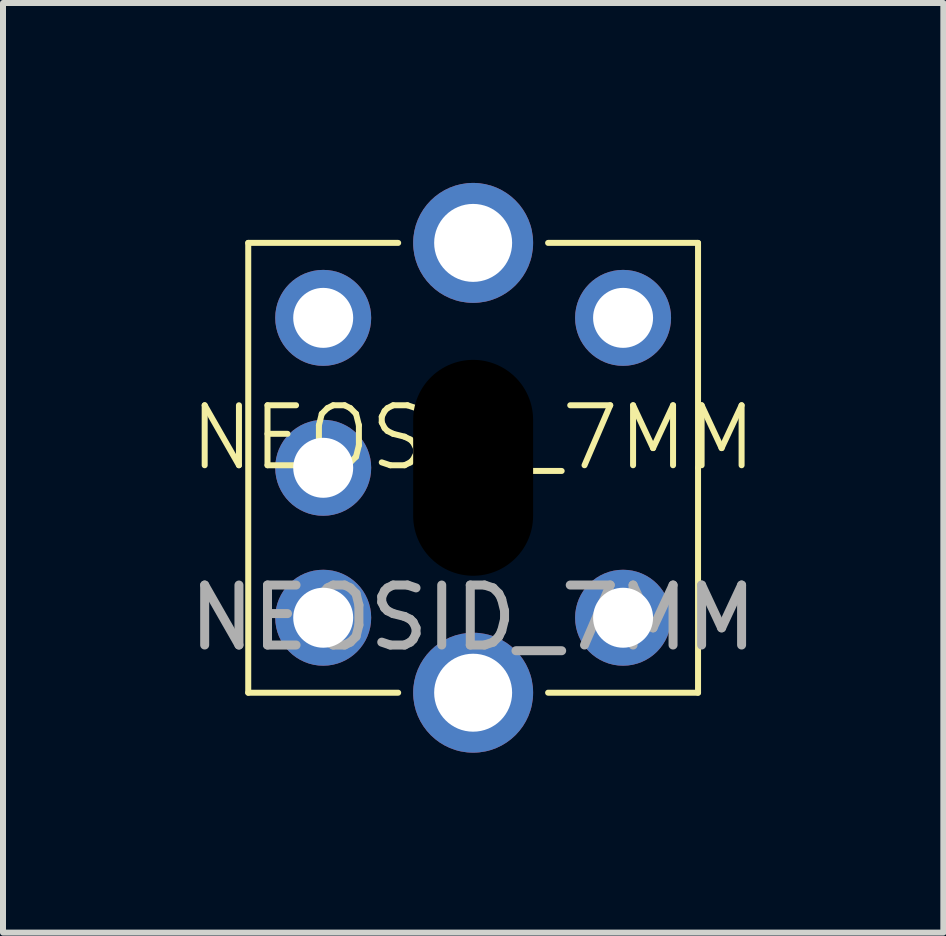
<source format=kicad_pcb>
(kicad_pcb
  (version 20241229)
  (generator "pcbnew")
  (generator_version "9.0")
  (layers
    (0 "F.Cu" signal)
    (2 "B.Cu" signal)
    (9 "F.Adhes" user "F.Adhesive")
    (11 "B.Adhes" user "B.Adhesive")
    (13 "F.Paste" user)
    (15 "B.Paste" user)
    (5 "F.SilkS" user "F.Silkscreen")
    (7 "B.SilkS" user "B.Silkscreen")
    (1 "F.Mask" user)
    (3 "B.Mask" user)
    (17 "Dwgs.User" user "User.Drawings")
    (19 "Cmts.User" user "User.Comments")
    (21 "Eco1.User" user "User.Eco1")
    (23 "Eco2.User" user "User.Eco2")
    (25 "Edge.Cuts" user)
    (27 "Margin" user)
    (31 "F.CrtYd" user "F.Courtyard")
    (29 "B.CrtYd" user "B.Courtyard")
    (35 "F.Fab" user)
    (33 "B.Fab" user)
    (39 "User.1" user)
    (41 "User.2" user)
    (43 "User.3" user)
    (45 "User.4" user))
  (footprint "NEOSID_7MM"
    (layer "F.Cu")
    (at 4.839 4.75)
    (property "Reference" "NEOSID_7MM" (at 0 -0.5 0) (unlocked yes) (layer "F.SilkS") (effects (font (size 1 1) (thickness 0.1))))
    (attr through_hole)
    (fp_line (start -3.75 -3.75) (end -3.75 3.75) (stroke (width 0.1) (type default)) (layer "F.SilkS"))
    (fp_line (start -3.75 3.75) (end -1.25 3.75) (stroke (width 0.1) (type default)) (layer "F.SilkS"))
    (fp_line (start -1.25 -3.75) (end -3.75 -3.75) (stroke (width 0.1) (type default)) (layer "F.SilkS"))
    (fp_line (start 1.25 3.75) (end 3.75 3.75) (stroke (width 0.1) (type default)) (layer "F.SilkS"))
    (fp_line (start 3.75 -3.75) (end 1.25 -3.75) (stroke (width 0.1) (type default)) (layer "F.SilkS"))
    (fp_line (start 3.75 0) (end 3.75 -3.75) (stroke (width 0.1) (type default)) (layer "F.SilkS"))
    (fp_line (start 3.75 3.75) (end 3.75 0) (stroke (width 0.1) (type default)) (layer "F.SilkS"))
    (fp_text user "${REFERENCE}" (at 0 2.5 0) (unlocked yes) (layer "F.Fab") (effects (font (size 1 1) (thickness 0.15))))
    (pad "" np_thru_hole oval (at 0 0) (size 2 3.6) (drill oval 2 3.6) (layers "*.Mask"))
    (pad "1" thru_hole circle (at 2.5 -2.5) (size 1.6 1.6) (drill 1) (layers "*.Cu" "*.Mask"))
    (pad "2" thru_hole circle (at -2.5 -2.5) (size 1.6 1.6) (drill 1) (layers "*.Cu" "*.Mask"))
    (pad "3" thru_hole circle (at -2.5 0) (size 1.6 1.6) (drill 1) (layers "*.Cu" "*.Mask"))
    (pad "4" thru_hole circle (at -2.5 2.5) (size 1.6 1.6) (drill 1) (layers "*.Cu" "*.Mask"))
    (pad "5" thru_hole circle (at 2.5 2.5) (size 1.6 1.6) (drill 1) (layers "*.Cu" "*.Mask"))
    (pad "6" thru_hole circle (at 0 -3.75) (size 2 2) (drill 1.3) (layers "*.Cu" "*.Mask"))
    (pad "6" thru_hole circle (at 0 3.75) (size 2 2) (drill 1.3) (layers "*.Cu" "*.Mask")))
  (gr_rect
    (start -3 -3)
    (end 12.679 12.5)
    (stroke (width 0.1) (type default))
    (fill no)
    (layer "Edge.Cuts")))
</source>
